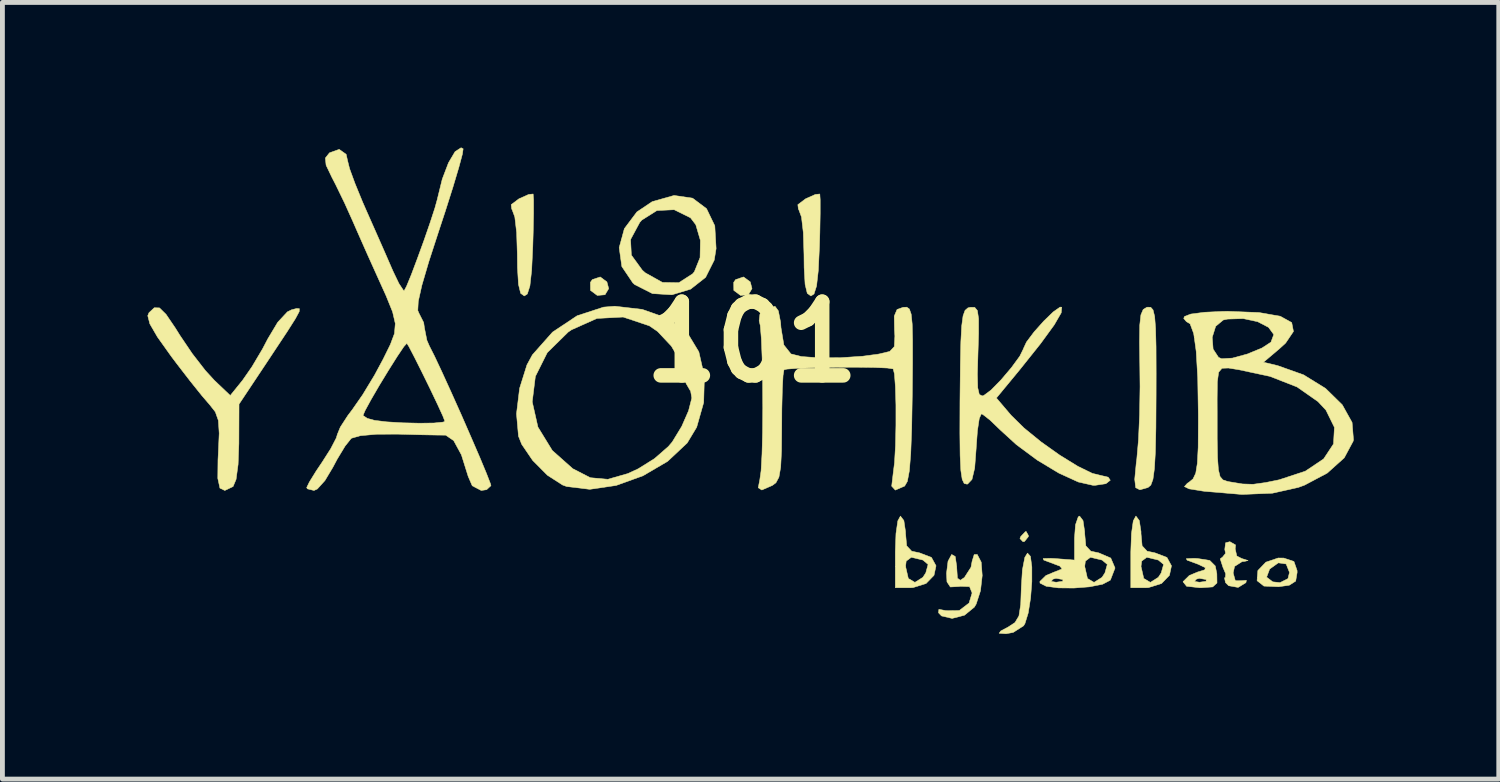
<source format=kicad_pcb>
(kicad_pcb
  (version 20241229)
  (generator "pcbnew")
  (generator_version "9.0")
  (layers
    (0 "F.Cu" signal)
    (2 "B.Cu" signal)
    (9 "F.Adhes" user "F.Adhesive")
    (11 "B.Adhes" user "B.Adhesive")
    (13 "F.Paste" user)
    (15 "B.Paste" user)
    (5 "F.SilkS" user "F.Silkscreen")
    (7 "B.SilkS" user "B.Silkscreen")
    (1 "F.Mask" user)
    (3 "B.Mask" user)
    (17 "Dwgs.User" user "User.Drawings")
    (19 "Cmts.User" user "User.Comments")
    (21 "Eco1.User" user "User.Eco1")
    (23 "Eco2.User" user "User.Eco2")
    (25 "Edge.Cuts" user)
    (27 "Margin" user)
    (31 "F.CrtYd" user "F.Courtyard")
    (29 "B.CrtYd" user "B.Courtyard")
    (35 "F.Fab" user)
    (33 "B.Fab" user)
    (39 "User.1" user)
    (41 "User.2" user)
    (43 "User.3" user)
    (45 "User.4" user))
  (footprint "101"
    (layer "F.Cu")
    (at 12.498 4.022)
    (property "Reference" "101" (at 0 0 0) (layer "F.SilkS") (effects (font (size 1.524 1.524) (thickness 0.3))))
    (attr through_hole)
    (fp_poly (pts (xy -3 -1.244) (xy -2.963 -1.105) (xy -3.039 -0.978) (xy -3.199 -0.964) (xy -3.339 -1.068) (xy -3.341 -1.234) (xy -3.302 -1.291) (xy -3.138 -1.346) (xy -3 -1.244)) (stroke (width 0.01) (type solid)) (fill yes) (layer "F.SilkS"))
    (fp_poly (pts (xy -0.036 -1.244) (xy 0 -1.105) (xy -0.076 -0.978) (xy -0.236 -0.964) (xy -0.376 -1.068) (xy -0.378 -1.234) (xy -0.339 -1.291) (xy -0.175 -1.346) (xy -0.036 -1.244)) (stroke (width 0.01) (type solid)) (fill yes) (layer "F.SilkS"))
    (fp_poly (pts (xy 5.714 3.998) (xy 5.715 4.022) (xy 5.634 4.123) (xy 5.603 4.128) (xy 5.54 4.063) (xy 5.556 4.022) (xy 5.651 3.921) (xy 5.668 3.916) (xy 5.714 3.998)) (stroke (width 0.01) (type solid)) (fill yes) (layer "F.SilkS"))
    (fp_poly (pts (xy 5.757 4.431) (xy 5.786 4.649) (xy 5.786 4.956) (xy 5.76 5.293) (xy 5.711 5.602) (xy 5.643 5.821) (xy 5.615 5.867) (xy 5.4 6.004) (xy 5.252 6.031) (xy 5.11 6.021) (xy 5.143 5.974) (xy 5.292 5.895) (xy 5.437 5.8) (xy 5.519 5.663) (xy 5.556 5.424) (xy 5.568 5.081) (xy 5.591 4.71) (xy 5.641 4.452) (xy 5.696 4.363) (xy 5.757 4.431)) (stroke (width 0.01) (type solid)) (fill yes) (layer "F.SilkS"))
    (fp_poly (pts (xy -4.516 -2.943) (xy -4.516 -2.661) (xy -4.524 -2.264) (xy -4.532 -1.984) (xy -4.556 -1.481) (xy -4.592 -1.16) (xy -4.645 -0.994) (xy -4.708 -0.953) (xy -4.783 -1.007) (xy -4.828 -1.192) (xy -4.849 -1.538) (xy -4.852 -1.814) (xy -4.866 -2.262) (xy -4.904 -2.586) (xy -4.962 -2.743) (xy -4.968 -2.748) (xy -4.979 -2.841) (xy -4.818 -2.962) (xy -4.619 -3.051) (xy -4.525 -3.061) (xy -4.516 -2.943)) (stroke (width 0.01) (type solid)) (fill yes) (layer "F.SilkS"))
    (fp_poly (pts (xy 1.41 -2.943) (xy 1.41 -2.661) (xy 1.403 -2.264) (xy 1.395 -1.984) (xy 1.371 -1.481) (xy 1.335 -1.16) (xy 1.282 -0.994) (xy 1.218 -0.953) (xy 1.143 -1.007) (xy 1.098 -1.192) (xy 1.078 -1.538) (xy 1.075 -1.814) (xy 1.061 -2.262) (xy 1.023 -2.586) (xy 0.965 -2.743) (xy 0.959 -2.748) (xy 0.948 -2.841) (xy 1.109 -2.962) (xy 1.308 -3.051) (xy 1.402 -3.061) (xy 1.41 -2.943)) (stroke (width 0.01) (type solid)) (fill yes) (layer "F.SilkS"))
    (fp_poly (pts (xy 10.994 4.466) (xy 11.205 4.537) (xy 11.27 4.724) (xy 11.271 4.763) (xy 11.241 4.943) (xy 11.108 5.028) (xy 10.888 5.059) (xy 10.585 5.046) (xy 10.445 4.936) (xy 10.443 4.93) (xy 10.448 4.861) (xy 10.64 4.861) (xy 10.767 4.958) (xy 10.918 4.974) (xy 11.082 4.891) (xy 11.113 4.763) (xy 11.044 4.589) (xy 10.882 4.565) (xy 10.703 4.693) (xy 10.64 4.861) (xy 10.448 4.861) (xy 10.459 4.724) (xy 10.625 4.551) (xy 10.879 4.465) (xy 10.994 4.466)) (stroke (width 0.01) (type solid)) (fill yes) (layer "F.SilkS"))
    (fp_poly (pts (xy 9.998 4.195) (xy 9.99 4.277) (xy 10.024 4.424) (xy 10.126 4.476) (xy 10.256 4.517) (xy 10.184 4.535) (xy 10.134 4.539) (xy 9.978 4.638) (xy 9.948 4.774) (xy 9.993 4.935) (xy 10.113 4.934) (xy 10.222 4.926) (xy 10.212 4.975) (xy 10.051 5.073) (xy 9.856 5.039) (xy 9.79 4.974) (xy 9.769 4.875) (xy 9.787 4.868) (xy 9.794 4.791) (xy 9.737 4.657) (xy 9.681 4.483) (xy 9.73 4.445) (xy 9.791 4.368) (xy 9.775 4.286) (xy 9.792 4.15) (xy 9.881 4.128) (xy 9.998 4.195)) (stroke (width 0.01) (type solid)) (fill yes) (layer "F.SilkS"))
    (fp_poly (pts (xy 8.244 -0.719) (xy 8.292 -0.664) (xy 8.325 -0.529) (xy 8.344 -0.284) (xy 8.354 0.097) (xy 8.356 0.644) (xy 8.355 1.094) (xy 8.351 1.777) (xy 8.34 2.276) (xy 8.32 2.62) (xy 8.29 2.838) (xy 8.246 2.958) (xy 8.188 3.007) (xy 8.02 3.055) (xy 7.933 3.011) (xy 7.913 2.838) (xy 7.945 2.5) (xy 7.957 2.408) (xy 7.991 2.02) (xy 8.014 1.498) (xy 8.023 0.922) (xy 8.019 0.53) (xy 8.012 0.003) (xy 8.017 -0.35) (xy 8.041 -0.563) (xy 8.088 -0.673) (xy 8.162 -0.718) (xy 8.178 -0.721) (xy 8.244 -0.719)) (stroke (width 0.01) (type solid)) (fill yes) (layer "F.SilkS"))
    (fp_poly (pts (xy 9.207 4.475) (xy 9.464 4.515) (xy 9.578 4.629) (xy 9.611 4.789) (xy 9.614 4.981) (xy 9.525 5.063) (xy 9.286 5.08) (xy 9.259 5.08) (xy 8.985 5.049) (xy 8.913 4.958) (xy 8.915 4.951) (xy 8.917 4.949) (xy 9.148 4.949) (xy 9.252 4.966) (xy 9.389 4.946) (xy 9.391 4.91) (xy 9.249 4.885) (xy 9.188 4.902) (xy 9.148 4.949) (xy 8.917 4.949) (xy 9.041 4.827) (xy 9.215 4.754) (xy 9.362 4.709) (xy 9.373 4.665) (xy 9.227 4.595) (xy 8.996 4.51) (xy 8.98 4.479) (xy 9.138 4.472) (xy 9.207 4.475)) (stroke (width 0.01) (type solid)) (fill yes) (layer "F.SilkS"))
    (fp_poly (pts (xy 3.14 3.691) (xy 3.174 3.919) (xy 3.175 3.962) (xy 3.198 4.213) (xy 3.301 4.324) (xy 3.465 4.359) (xy 3.71 4.453) (xy 3.805 4.626) (xy 3.763 4.823) (xy 3.599 4.992) (xy 3.329 5.077) (xy 3.268 5.08) (xy 2.963 5.08) (xy 2.963 4.639) (xy 3.175 4.639) (xy 3.232 4.888) (xy 3.368 4.969) (xy 3.533 4.865) (xy 3.593 4.773) (xy 3.641 4.598) (xy 3.535 4.508) (xy 3.294 4.45) (xy 3.188 4.529) (xy 3.175 4.639) (xy 2.963 4.639) (xy 2.963 4.339) (xy 2.977 3.959) (xy 3.015 3.697) (xy 3.069 3.598) (xy 3.069 3.598) (xy 3.14 3.691)) (stroke (width 0.01) (type solid)) (fill yes) (layer "F.SilkS"))
    (fp_poly (pts (xy 8.008 3.691) (xy 8.043 3.919) (xy 8.043 3.962) (xy 8.066 4.213) (xy 8.169 4.324) (xy 8.333 4.359) (xy 8.579 4.453) (xy 8.673 4.626) (xy 8.631 4.823) (xy 8.468 4.992) (xy 8.197 5.077) (xy 8.136 5.08) (xy 7.832 5.08) (xy 7.832 4.639) (xy 8.043 4.639) (xy 8.1 4.888) (xy 8.236 4.969) (xy 8.401 4.865) (xy 8.461 4.773) (xy 8.51 4.598) (xy 8.403 4.508) (xy 8.162 4.45) (xy 8.057 4.529) (xy 8.043 4.639) (xy 7.832 4.639) (xy 7.832 4.339) (xy 7.846 3.959) (xy 7.883 3.697) (xy 7.937 3.598) (xy 7.938 3.598) (xy 8.008 3.691)) (stroke (width 0.01) (type solid)) (fill yes) (layer "F.SilkS"))
    (fp_poly (pts (xy 4.739 4.55) (xy 4.76 4.827) (xy 4.724 5.143) (xy 4.635 5.417) (xy 4.598 5.48) (xy 4.393 5.648) (xy 4.138 5.714) (xy 3.919 5.663) (xy 3.856 5.598) (xy 3.864 5.526) (xy 4.013 5.554) (xy 4.286 5.551) (xy 4.488 5.396) (xy 4.551 5.188) (xy 4.498 5.057) (xy 4.31 5.05) (xy 4.286 5.054) (xy 4.101 5.064) (xy 4.031 4.958) (xy 4.022 4.781) (xy 4.053 4.532) (xy 4.128 4.392) (xy 4.202 4.434) (xy 4.233 4.643) (xy 4.233 4.663) (xy 4.247 4.882) (xy 4.307 4.925) (xy 4.392 4.868) (xy 4.528 4.656) (xy 4.551 4.532) (xy 4.594 4.394) (xy 4.657 4.392) (xy 4.739 4.55)) (stroke (width 0.01) (type solid)) (fill yes) (layer "F.SilkS"))
    (fp_poly (pts (xy -1.229 -2.975) (xy -0.94 -2.758) (xy -0.769 -2.403) (xy -0.742 -1.933) (xy -0.781 -1.693) (xy -0.959 -1.338) (xy -1.269 -1.094) (xy -1.655 -0.977) (xy -2.058 -1.002) (xy -2.423 -1.187) (xy -2.462 -1.221) (xy -2.691 -1.561) (xy -2.746 -1.952) (xy -2.7 -2.12) (xy -2.511 -2.12) (xy -2.494 -1.797) (xy -2.268 -1.486) (xy -2.206 -1.431) (xy -1.852 -1.233) (xy -1.513 -1.227) (xy -1.227 -1.411) (xy -1.191 -1.455) (xy -1.074 -1.746) (xy -1.067 -2.102) (xy -1.162 -2.426) (xy -1.271 -2.569) (xy -1.609 -2.736) (xy -1.966 -2.719) (xy -2.277 -2.523) (xy -2.321 -2.473) (xy -2.511 -2.12) (xy -2.7 -2.12) (xy -2.639 -2.345) (xy -2.38 -2.69) (xy -2.063 -2.903) (xy -1.611 -3.031) (xy -1.229 -2.975)) (stroke (width 0.01) (type solid)) (fill yes) (layer "F.SilkS"))
    (fp_poly (pts (xy -12.25 -0.706) (xy -12.115 -0.573) (xy -11.921 -0.287) (xy -11.824 -0.132) (xy -11.572 0.241) (xy -11.302 0.589) (xy -11.117 0.791) (xy -10.787 1.105) (xy -10.533 0.791) (xy -10.338 0.51) (xy -10.12 0.142) (xy -10.011 -0.066) (xy -9.806 -0.409) (xy -9.606 -0.624) (xy -9.522 -0.666) (xy -9.415 -0.694) (xy -9.358 -0.69) (xy -9.362 -0.629) (xy -9.441 -0.482) (xy -9.606 -0.222) (xy -9.871 0.178) (xy -9.986 0.352) (xy -10.606 1.284) (xy -10.609 2.097) (xy -10.625 2.529) (xy -10.667 2.84) (xy -10.729 2.987) (xy -10.73 2.988) (xy -10.9 3.069) (xy -11.001 3.02) (xy -11.045 2.818) (xy -11.041 2.437) (xy -11.034 2.302) (xy -11.016 1.887) (xy -11.033 1.622) (xy -11.096 1.444) (xy -11.21 1.299) (xy -11.375 1.107) (xy -11.621 0.8) (xy -11.904 0.433) (xy -12.007 0.296) (xy -12.293 -0.105) (xy -12.45 -0.376) (xy -12.493 -0.544) (xy -12.468 -0.606) (xy -12.358 -0.709) (xy -12.25 -0.706)) (stroke (width 0.01) (type solid)) (fill yes) (layer "F.SilkS"))
    (fp_poly (pts (xy 6.844 3.691) (xy 6.878 3.919) (xy 6.879 3.962) (xy 6.902 4.213) (xy 7.005 4.324) (xy 7.169 4.359) (xy 7.418 4.466) (xy 7.506 4.672) (xy 7.411 4.918) (xy 7.404 4.926) (xy 7.249 5.007) (xy 6.978 5.061) (xy 6.654 5.086) (xy 6.335 5.083) (xy 6.082 5.049) (xy 5.955 4.984) (xy 5.952 4.951) (xy 5.954 4.949) (xy 6.184 4.949) (xy 6.288 4.966) (xy 6.426 4.946) (xy 6.427 4.91) (xy 6.286 4.885) (xy 6.224 4.902) (xy 6.184 4.949) (xy 5.954 4.949) (xy 6.078 4.827) (xy 6.252 4.754) (xy 6.41 4.691) (xy 6.372 4.639) (xy 6.879 4.639) (xy 6.936 4.888) (xy 7.072 4.969) (xy 7.237 4.865) (xy 7.297 4.773) (xy 7.346 4.598) (xy 7.239 4.508) (xy 6.998 4.45) (xy 6.893 4.529) (xy 6.879 4.639) (xy 6.372 4.639) (xy 6.368 4.634) (xy 6.35 4.627) (xy 6.1 4.533) (xy 6.032 4.507) (xy 6.02 4.476) (xy 6.18 4.472) (xy 6.271 4.477) (xy 6.668 4.508) (xy 6.668 4.053) (xy 6.689 3.777) (xy 6.745 3.615) (xy 6.773 3.598) (xy 6.844 3.691)) (stroke (width 0.01) (type solid)) (fill yes) (layer "F.SilkS"))
    (fp_poly (pts (xy -2.269 -0.675) (xy -1.754 -0.493) (xy -1.364 -0.223) (xy -1.343 -0.201) (xy -1.099 0.203) (xy -0.984 0.709) (xy -0.999 1.25) (xy -1.144 1.761) (xy -1.34 2.087) (xy -1.745 2.467) (xy -2.254 2.765) (xy -2.809 2.965) (xy -3.354 3.045) (xy -3.831 2.987) (xy -3.916 2.956) (xy -4.23 2.754) (xy -4.535 2.447) (xy -4.762 2.113) (xy -4.828 1.946) (xy -4.869 1.483) (xy -4.839 1.236) (xy -4.544 1.236) (xy -4.426 1.758) (xy -4.129 2.242) (xy -3.705 2.619) (xy -3.342 2.805) (xy -2.983 2.838) (xy -2.566 2.719) (xy -2.352 2.62) (xy -2.016 2.41) (xy -1.729 2.16) (xy -1.648 2.064) (xy -1.453 1.744) (xy -1.312 1.422) (xy -1.244 1.157) (xy -1.27 1.007) (xy -1.279 1) (xy -1.364 0.854) (xy -1.376 0.759) (xy -1.458 0.435) (xy -1.668 0.083) (xy -1.952 -0.219) (xy -2.123 -0.336) (xy -2.664 -0.517) (xy -3.207 -0.488) (xy -3.733 -0.253) (xy -3.802 -0.205) (xy -4.233 0.219) (xy -4.479 0.711) (xy -4.544 1.236) (xy -4.839 1.236) (xy -4.805 0.957) (xy -4.653 0.472) (xy -4.54 0.264) (xy -4.124 -0.205) (xy -3.615 -0.544) (xy -3.069 -0.722) (xy -2.836 -0.741) (xy -2.269 -0.675)) (stroke (width 0.01) (type solid)) (fill yes) (layer "F.SilkS"))
    (fp_poly (pts (xy 6.404 -0.721) (xy 6.393 -0.604) (xy 6.249 -0.355) (xy 5.967 0.032) (xy 5.543 0.563) (xy 5.465 0.658) (xy 5.053 1.157) (xy 5.357 1.514) (xy 5.623 1.776) (xy 5.975 2.063) (xy 6.362 2.338) (xy 6.733 2.567) (xy 7.036 2.715) (xy 7.187 2.752) (xy 7.364 2.794) (xy 7.408 2.857) (xy 7.316 2.929) (xy 7.089 2.963) (xy 7.054 2.963) (xy 6.747 2.894) (xy 6.343 2.709) (xy 5.898 2.441) (xy 5.466 2.121) (xy 5.133 1.817) (xy 4.922 1.614) (xy 4.771 1.496) (xy 4.741 1.485) (xy 4.699 1.58) (xy 4.661 1.832) (xy 4.635 2.188) (xy 4.635 2.195) (xy 4.604 2.606) (xy 4.548 2.841) (xy 4.459 2.935) (xy 4.445 2.938) (xy 4.387 2.924) (xy 4.346 2.839) (xy 4.318 2.654) (xy 4.303 2.344) (xy 4.298 1.879) (xy 4.3 1.234) (xy 4.301 1.14) (xy 4.308 0.476) (xy 4.318 -0.005) (xy 4.336 -0.335) (xy 4.364 -0.542) (xy 4.405 -0.655) (xy 4.464 -0.706) (xy 4.513 -0.718) (xy 4.605 -0.717) (xy 4.66 -0.651) (xy 4.685 -0.482) (xy 4.685 -0.172) (xy 4.673 0.208) (xy 4.66 0.664) (xy 4.667 0.944) (xy 4.699 1.083) (xy 4.76 1.114) (xy 4.792 1.105) (xy 4.941 0.994) (xy 5.15 0.781) (xy 5.366 0.526) (xy 5.537 0.292) (xy 5.611 0.142) (xy 5.611 0.138) (xy 5.675 -0.000109) (xy 5.832 -0.209) (xy 6.033 -0.434) (xy 6.228 -0.623) (xy 6.369 -0.722) (xy 6.404 -0.721)) (stroke (width 0.01) (type solid)) (fill yes) (layer "F.SilkS"))
    (fp_poly (pts (xy 0.545 -0.645) (xy 0.591 -0.409) (xy 0.599 -0.3) (xy 0.659 0.061) (xy 0.806 0.246) (xy 1.023 0.3) (xy 1.384 0.326) (xy 1.828 0.324) (xy 2.288 0.293) (xy 2.627 0.247) (xy 2.848 0.194) (xy 2.943 0.093) (xy 2.954 -0.124) (xy 2.946 -0.251) (xy 2.941 -0.536) (xy 2.999 -0.673) (xy 3.124 -0.718) (xy 3.2 -0.721) (xy 3.254 -0.683) (xy 3.291 -0.577) (xy 3.312 -0.373) (xy 3.32 -0.043) (xy 3.32 0.443) (xy 3.314 1.071) (xy 3.302 1.783) (xy 3.282 2.307) (xy 3.253 2.665) (xy 3.212 2.881) (xy 3.157 2.976) (xy 3.155 2.978) (xy 2.963 3.061) (xy 2.888 2.979) (xy 2.918 2.725) (xy 2.947 2.493) (xy 2.967 2.14) (xy 2.976 1.723) (xy 2.976 1.3) (xy 2.965 0.926) (xy 2.945 0.658) (xy 2.919 0.555) (xy 2.8 0.537) (xy 2.524 0.525) (xy 2.147 0.52) (xy 1.724 0.522) (xy 1.308 0.529) (xy 0.957 0.542) (xy 0.724 0.559) (xy 0.661 0.574) (xy 0.642 0.692) (xy 0.627 0.976) (xy 0.617 1.379) (xy 0.615 1.74) (xy 0.61 2.249) (xy 0.593 2.586) (xy 0.557 2.793) (xy 0.495 2.909) (xy 0.42 2.965) (xy 0.203 3.059) (xy 0.129 3.013) (xy 0.161 2.85) (xy 0.188 2.661) (xy 0.207 2.317) (xy 0.219 1.867) (xy 0.223 1.357) (xy 0.22 0.834) (xy 0.21 0.345) (xy 0.194 -0.063) (xy 0.171 -0.342) (xy 0.148 -0.44) (xy 0.164 -0.576) (xy 0.311 -0.697) (xy 0.476 -0.739) (xy 0.545 -0.645)) (stroke (width 0.01) (type solid)) (fill yes) (layer "F.SilkS"))
    (fp_poly (pts (xy 10.484 -0.61) (xy 10.923 -0.533) (xy 11.159 -0.403) (xy 11.195 -0.219) (xy 11.033 0.021) (xy 10.896 0.146) (xy 10.575 0.417) (xy 10.87 0.488) (xy 11.404 0.678) (xy 11.859 0.959) (xy 12.204 1.297) (xy 12.407 1.662) (xy 12.436 2.021) (xy 12.429 2.051) (xy 12.245 2.394) (xy 11.894 2.709) (xy 11.423 2.959) (xy 11.294 3.006) (xy 10.761 3.125) (xy 10.131 3.151) (xy 9.358 3.086) (xy 9.313 3.08) (xy 9.036 3.035) (xy 8.941 2.988) (xy 9 2.921) (xy 9.035 2.899) (xy 9.119 2.829) (xy 9.175 2.711) (xy 9.208 2.506) (xy 9.225 2.178) (xy 9.228 1.689) (xy 9.228 1.494) (xy 9.223 1.176) (xy 9.617 1.176) (xy 9.618 1.429) (xy 9.618 1.998) (xy 9.625 2.39) (xy 9.643 2.64) (xy 9.678 2.782) (xy 9.737 2.85) (xy 9.826 2.88) (xy 9.869 2.889) (xy 10.142 2.934) (xy 10.361 2.941) (xy 10.62 2.905) (xy 10.899 2.848) (xy 11.44 2.67) (xy 11.819 2.416) (xy 12.023 2.107) (xy 12.042 1.764) (xy 11.867 1.408) (xy 11.702 1.231) (xy 11.27 0.929) (xy 10.711 0.71) (xy 10.066 0.572) (xy 9.85 0.537) (xy 9.718 0.542) (xy 9.648 0.624) (xy 9.621 0.823) (xy 9.617 1.176) (xy 9.223 1.176) (xy 9.216 0.744) (xy 9.184 0.192) (xy 9.144 -0.097) (xy 9.515 -0.097) (xy 9.534 0.146) (xy 9.646 0.317) (xy 9.71 0.345) (xy 9.933 0.332) (xy 10.243 0.247) (xy 10.544 0.123) (xy 10.73 0.002) (xy 10.788 -0.156) (xy 10.68 -0.304) (xy 10.455 -0.421) (xy 10.157 -0.485) (xy 9.833 -0.475) (xy 9.744 -0.456) (xy 9.587 -0.326) (xy 9.515 -0.097) (xy 9.144 -0.097) (xy 9.132 -0.177) (xy 9.058 -0.377) (xy 8.981 -0.423) (xy 8.926 -0.489) (xy 8.943 -0.529) (xy 9.073 -0.579) (xy 9.358 -0.616) (xy 9.744 -0.634) (xy 9.842 -0.635) (xy 10.484 -0.61)) (stroke (width 0.01) (type solid)) (fill yes) (layer "F.SilkS"))
    (fp_poly (pts (xy -5.972 -3.996) (xy -5.988 -3.885) (xy -6.062 -3.609) (xy -6.184 -3.201) (xy -6.344 -2.697) (xy -6.464 -2.333) (xy -6.682 -1.663) (xy -6.826 -1.172) (xy -6.9 -0.841) (xy -6.91 -0.653) (xy -6.889 -0.602) (xy -6.788 -0.402) (xy -6.773 -0.295) (xy -6.722 -0.037) (xy -6.671 0.081) (xy -6.566 0.288) (xy -6.409 0.622) (xy -6.218 1.041) (xy -6.011 1.503) (xy -5.809 1.966) (xy -5.628 2.385) (xy -5.489 2.719) (xy -5.409 2.926) (xy -5.397 2.969) (xy -5.486 3.052) (xy -5.598 3.069) (xy -5.784 2.972) (xy -5.868 2.778) (xy -6.008 2.332) (xy -6.168 2.038) (xy -6.333 1.925) (xy -6.346 1.925) (xy -6.526 1.923) (xy -6.852 1.917) (xy -7.259 1.906) (xy -7.329 1.904) (xy -7.761 1.906) (xy -8.097 1.936) (xy -8.282 1.989) (xy -8.287 1.993) (xy -8.413 2.151) (xy -8.578 2.424) (xy -8.665 2.588) (xy -8.83 2.864) (xy -8.987 3.038) (xy -9.056 3.069) (xy -9.192 3.035) (xy -9.207 3.009) (xy -9.152 2.895) (xy -9.011 2.667) (xy -8.89 2.487) (xy -8.71 2.205) (xy -8.595 1.983) (xy -8.572 1.906) (xy -8.511 1.758) (xy -8.356 1.519) (xy -8.043 1.519) (xy -7.954 1.578) (xy -7.805 1.619) (xy -7.553 1.65) (xy -7.221 1.67) (xy -6.874 1.678) (xy -6.574 1.674) (xy -6.384 1.655) (xy -6.35 1.637) (xy -6.393 1.526) (xy -6.505 1.282) (xy -6.658 0.961) (xy -6.826 0.619) (xy -6.98 0.312) (xy -7.093 0.095) (xy -7.136 0.026) (xy -7.198 0.094) (xy -7.334 0.296) (xy -7.513 0.58) (xy -7.705 0.895) (xy -7.877 1.191) (xy -8 1.417) (xy -8.043 1.519) (xy -8.356 1.519) (xy -8.356 1.519) (xy -8.263 1.396) (xy -8.048 1.087) (xy -7.804 0.684) (xy -7.627 0.355) (xy -7.477 0.051) (xy -7.392 -0.176) (xy -7.375 -0.383) (xy -7.431 -0.624) (xy -7.564 -0.953) (xy -7.755 -1.376) (xy -7.951 -1.811) (xy -8.155 -2.272) (xy -8.249 -2.487) (xy -8.425 -2.878) (xy -8.61 -3.259) (xy -8.683 -3.4) (xy -8.806 -3.657) (xy -8.821 -3.805) (xy -8.736 -3.912) (xy -8.535 -3.984) (xy -8.391 -3.882) (xy -8.361 -3.747) (xy -8.32 -3.584) (xy -8.21 -3.283) (xy -8.052 -2.897) (xy -7.975 -2.721) (xy -7.777 -2.274) (xy -7.591 -1.852) (xy -7.449 -1.526) (xy -7.419 -1.458) (xy -7.3 -1.21) (xy -7.209 -1.072) (xy -7.192 -1.061) (xy -7.143 -1.152) (xy -7.045 -1.39) (xy -6.919 -1.725) (xy -6.782 -2.101) (xy -6.655 -2.468) (xy -6.556 -2.772) (xy -6.504 -2.96) (xy -6.504 -2.963) (xy -6.404 -3.369) (xy -6.275 -3.707) (xy -6.139 -3.937) (xy -6.015 -4.017) (xy -5.972 -3.996)) (stroke (width 0.01) (type solid)) (fill yes) (layer "F.SilkS")))
  (gr_rect
    (start -3 -3)
    (end 27.938 13.058)
    (stroke (width 0.1) (type default))
    (fill no)
    (layer "Edge.Cuts")))
</source>
